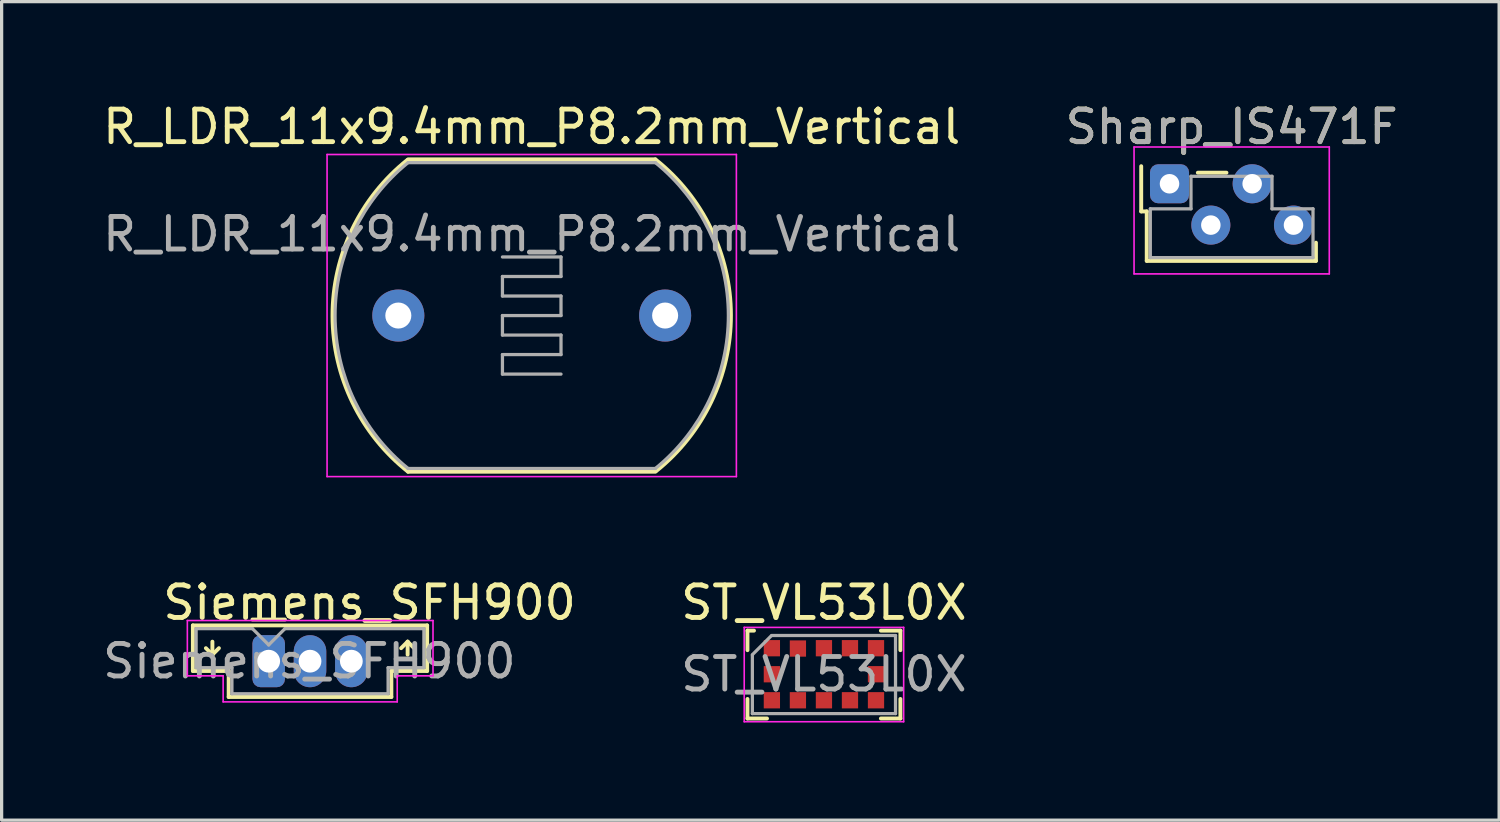
<source format=kicad_pcb>
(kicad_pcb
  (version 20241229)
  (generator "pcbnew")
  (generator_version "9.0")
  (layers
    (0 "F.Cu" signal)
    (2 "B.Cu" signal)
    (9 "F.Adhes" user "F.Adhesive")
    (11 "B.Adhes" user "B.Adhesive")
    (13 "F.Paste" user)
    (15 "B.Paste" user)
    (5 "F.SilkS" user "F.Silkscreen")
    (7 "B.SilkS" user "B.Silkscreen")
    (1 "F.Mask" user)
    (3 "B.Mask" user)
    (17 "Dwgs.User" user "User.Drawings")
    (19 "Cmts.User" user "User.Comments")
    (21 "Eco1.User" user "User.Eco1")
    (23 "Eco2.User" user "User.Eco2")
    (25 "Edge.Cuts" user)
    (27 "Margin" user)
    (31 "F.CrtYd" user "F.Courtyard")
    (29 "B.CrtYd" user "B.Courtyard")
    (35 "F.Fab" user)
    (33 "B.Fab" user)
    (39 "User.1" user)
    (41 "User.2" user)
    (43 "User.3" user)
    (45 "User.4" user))
  (footprint "Siemens_SFH900"
    (layer "F.Cu")
    (at 5.208 17.271)
    (property "Reference" "Siemens_SFH900" (at 3.1 -1.8 0) (layer "F.SilkS") (effects (font (size 1 1) (thickness 0.15))))
    (attr through_hole)
    (fp_line (start -2.33 -1.1) (end 4.87 -1.1) (stroke (width 0.12) (type solid)) (layer "F.SilkS"))
    (fp_line (start -2.33 0.3) (end -2.33 -1.1) (stroke (width 0.12) (type solid)) (layer "F.SilkS"))
    (fp_line (start -1.73 -0.6) (end -1.73 -0.2) (stroke (width 0.12) (type solid)) (layer "F.SilkS"))
    (fp_line (start -1.73 -0.2) (end -1.93 -0.4) (stroke (width 0.12) (type solid)) (layer "F.SilkS"))
    (fp_line (start -1.73 -0.2) (end -1.53 -0.4) (stroke (width 0.12) (type solid)) (layer "F.SilkS"))
    (fp_line (start -1.23 0.3) (end -2.33 0.3) (stroke (width 0.12) (type solid)) (layer "F.SilkS"))
    (fp_line (start -1.23 1.1) (end -1.23 0.3) (stroke (width 0.12) (type solid)) (layer "F.SilkS"))
    (fp_line (start -0.5 -1.28) (end 0.5 -1.28) (stroke (width 0.12) (type solid)) (layer "F.SilkS"))
    (fp_line (start 3.77 0.3) (end 3.77 1.1) (stroke (width 0.12) (type solid)) (layer "F.SilkS"))
    (fp_line (start 3.77 1.1) (end -1.23 1.1) (stroke (width 0.12) (type solid)) (layer "F.SilkS"))
    (fp_line (start 4.27 -0.6) (end 4.07 -0.4) (stroke (width 0.12) (type solid)) (layer "F.SilkS"))
    (fp_line (start 4.27 -0.6) (end 4.47 -0.4) (stroke (width 0.12) (type solid)) (layer "F.SilkS"))
    (fp_line (start 4.27 -0.2) (end 4.27 -0.6) (stroke (width 0.12) (type solid)) (layer "F.SilkS"))
    (fp_line (start 4.87 -1.1) (end 4.87 0.3) (stroke (width 0.12) (type solid)) (layer "F.SilkS"))
    (fp_line (start 4.87 0.3) (end 3.77 0.3) (stroke (width 0.12) (type solid)) (layer "F.SilkS"))
    (fp_line (start -2.5 -1.25) (end 5.05 -1.25) (stroke (width 0.05) (type solid)) (layer "F.CrtYd"))
    (fp_line (start -2.5 0.45) (end -2.5 -1.25) (stroke (width 0.05) (type solid)) (layer "F.CrtYd"))
    (fp_line (start -1.4 0.45) (end -2.5 0.45) (stroke (width 0.05) (type solid)) (layer "F.CrtYd"))
    (fp_line (start -1.4 1.25) (end -1.4 0.45) (stroke (width 0.05) (type solid)) (layer "F.CrtYd"))
    (fp_line (start 3.95 0.45) (end 3.95 1.25) (stroke (width 0.05) (type solid)) (layer "F.CrtYd"))
    (fp_line (start 3.95 1.25) (end -1.4 1.25) (stroke (width 0.05) (type solid)) (layer "F.CrtYd"))
    (fp_line (start 5.05 -1.25) (end 5.05 0.45) (stroke (width 0.05) (type solid)) (layer "F.CrtYd"))
    (fp_line (start 5.05 0.45) (end 3.95 0.45) (stroke (width 0.05) (type solid)) (layer "F.CrtYd"))
    (fp_line (start -2.23 -1) (end -2.23 0.2) (stroke (width 0.1) (type solid)) (layer "F.Fab"))
    (fp_line (start -2.23 -1) (end -0.5 -1) (stroke (width 0.1) (type solid)) (layer "F.Fab"))
    (fp_line (start -2.23 0.2) (end -1.13 0.2) (stroke (width 0.1) (type solid)) (layer "F.Fab"))
    (fp_line (start -1.13 0.2) (end -1.13 1) (stroke (width 0.1) (type solid)) (layer "F.Fab"))
    (fp_line (start -1.13 1) (end 3.67 1) (stroke (width 0.1) (type solid)) (layer "F.Fab"))
    (fp_line (start 0 -0.5) (end -0.5 -1) (stroke (width 0.1) (type solid)) (layer "F.Fab"))
    (fp_line (start 0 -0.5) (end 0.5 -1) (stroke (width 0.1) (type solid)) (layer "F.Fab"))
    (fp_line (start 0.5 -1) (end 4.77 -1) (stroke (width 0.1) (type solid)) (layer "F.Fab"))
    (fp_line (start 3.67 1) (end 3.67 0.2) (stroke (width 0.1) (type solid)) (layer "F.Fab"))
    (fp_line (start 4.77 -1) (end 4.77 0.2) (stroke (width 0.1) (type solid)) (layer "F.Fab"))
    (fp_line (start 4.77 0.2) (end 3.67 0.2) (stroke (width 0.1) (type solid)) (layer "F.Fab"))
    (fp_text user "${REFERENCE}" (at 1.25 0 0) (layer "F.Fab") (effects (font (size 1 1) (thickness 0.15))))
    (pad "1" thru_hole roundrect (at 0 0) (size 1 1.6) (drill 0.7) (layers "*.Cu" "*.Mask") (roundrect_rratio 0.25))
    (pad "2" thru_hole oval (at 1.27 0) (size 1 1.6) (drill 0.7) (layers "*.Cu" "*.Mask"))
    (pad "3" thru_hole oval (at 2.54 0) (size 1 1.6) (drill 0.7) (layers "*.Cu" "*.Mask")))
  (footprint "ST_VL53L0X"
    (layer "F.Cu")
    (at 22.273 17.672)
    (property "Reference" "ST_VL53L0X" (at 0 -2.2 180) (layer "F.SilkS") (effects (font (size 1 1) (thickness 0.15))))
    (attr smd)
    (fp_line (start -2.35 -1.34) (end -2.35 -0.74) (stroke (width 0.12) (type solid)) (layer "F.SilkS"))
    (fp_line (start -2.35 -1.34) (end -2.15 -1.34) (stroke (width 0.12) (type solid)) (layer "F.SilkS"))
    (fp_line (start -2.35 1.36) (end -2.35 0.76) (stroke (width 0.12) (type solid)) (layer "F.SilkS"))
    (fp_line (start -1.75 1.36) (end -2.35 1.36) (stroke (width 0.12) (type solid)) (layer "F.SilkS"))
    (fp_line (start 1.75 -1.34) (end 2.35 -1.34) (stroke (width 0.12) (type solid)) (layer "F.SilkS"))
    (fp_line (start 2.35 -1.34) (end 2.35 -0.74) (stroke (width 0.12) (type solid)) (layer "F.SilkS"))
    (fp_line (start 2.35 0.76) (end 2.35 1.36) (stroke (width 0.12) (type solid)) (layer "F.SilkS"))
    (fp_line (start 2.35 1.36) (end 1.75 1.36) (stroke (width 0.12) (type solid)) (layer "F.SilkS"))
    (fp_line (start -2.45 -1.44) (end -2.45 1.46) (stroke (width 0.05) (type solid)) (layer "F.CrtYd"))
    (fp_line (start -2.45 1.46) (end 2.45 1.46) (stroke (width 0.05) (type solid)) (layer "F.CrtYd"))
    (fp_line (start 2.45 -1.44) (end -2.45 -1.44) (stroke (width 0.05) (type solid)) (layer "F.CrtYd"))
    (fp_line (start 2.45 1.46) (end 2.45 -1.44) (stroke (width 0.05) (type solid)) (layer "F.CrtYd"))
    (fp_line (start -2.2 1.21) (end -2.2 -0.59) (stroke (width 0.1) (type solid)) (layer "F.Fab"))
    (fp_line (start -1.61 -1.19) (end -2.2 -0.6) (stroke (width 0.1) (type solid)) (layer "F.Fab"))
    (fp_line (start -1.6 -1.19) (end 2.2 -1.19) (stroke (width 0.1) (type solid)) (layer "F.Fab"))
    (fp_line (start 2.2 -1.19) (end 2.2 1.21) (stroke (width 0.1) (type solid)) (layer "F.Fab"))
    (fp_line (start 2.2 1.21) (end -2.2 1.21) (stroke (width 0.1) (type solid)) (layer "F.Fab"))
    (fp_text user "${REFERENCE}" (at 0 0 180) (layer "F.Fab") (effects (font (size 1 1) (thickness 0.15))))
    (pad "1" smd rect (at -1.6 -0.8 90) (size 0.5 0.5) (layers "F.Cu" "F.Mask" "F.Paste"))
    (pad "2" smd rect (at -0.8 -0.79 90) (size 0.5 0.5) (layers "F.Cu" "F.Mask" "F.Paste"))
    (pad "3" smd rect (at 0 -0.8 90) (size 0.5 0.5) (layers "F.Cu" "F.Mask" "F.Paste"))
    (pad "4" smd rect (at 0.8 -0.8 90) (size 0.5 0.5) (layers "F.Cu" "F.Mask" "F.Paste"))
    (pad "5" smd rect (at 1.6 -0.8 90) (size 0.5 0.5) (layers "F.Cu" "F.Mask" "F.Paste"))
    (pad "6" smd rect (at 1.6 0 90) (size 0.5 0.5) (layers "F.Cu" "F.Mask" "F.Paste"))
    (pad "7" smd rect (at 1.6 0.8 90) (size 0.5 0.5) (layers "F.Cu" "F.Mask" "F.Paste"))
    (pad "8" smd rect (at 0.8 0.8 90) (size 0.5 0.5) (layers "F.Cu" "F.Mask" "F.Paste"))
    (pad "9" smd rect (at 0 0.8 90) (size 0.5 0.5) (layers "F.Cu" "F.Mask" "F.Paste"))
    (pad "10" smd rect (at -0.8 0.8 90) (size 0.5 0.5) (layers "F.Cu" "F.Mask" "F.Paste"))
    (pad "11" smd rect (at -1.6 0.8 90) (size 0.5 0.5) (layers "F.Cu" "F.Mask" "F.Paste"))
    (pad "12" smd rect (at -1.6 0 90) (size 0.5 0.5) (layers "F.Cu" "F.Mask" "F.Paste")))
  (footprint "Sharp_IS471F"
    (layer "F.Cu")
    (at 32.894 2.598)
    (property "Reference" "Sharp_IS471F" (at 1.91 -1.75 0) (layer "F.SilkS") (effects (font (size 1 1) (thickness 0.15))))
    (attr through_hole)
    (fp_line (start -0.87 0.85) (end -0.87 -0.54) (stroke (width 0.12) (type solid)) (layer "F.SilkS"))
    (fp_line (start -0.87 0.85) (end -0.7 0.85) (stroke (width 0.12) (type solid)) (layer "F.SilkS"))
    (fp_line (start -0.7 2.37) (end -0.7 0.85) (stroke (width 0.12) (type solid)) (layer "F.SilkS"))
    (fp_line (start -0.7 2.37) (end 4.5 2.37) (stroke (width 0.12) (type solid)) (layer "F.SilkS"))
    (fp_line (start 1.75 -0.34) (end 0.87 -0.34) (stroke (width 0.12) (type solid)) (layer "F.SilkS"))
    (fp_line (start 4.5 2.37) (end 4.5 1.81) (stroke (width 0.12) (type solid)) (layer "F.SilkS"))
    (fp_line (start -1.09 -1.13) (end -1.09 2.77) (stroke (width 0.05) (type solid)) (layer "F.CrtYd"))
    (fp_line (start -1.09 2.77) (end 4.91 2.77) (stroke (width 0.05) (type solid)) (layer "F.CrtYd"))
    (fp_line (start 4.91 -1.13) (end -1.09 -1.13) (stroke (width 0.05) (type solid)) (layer "F.CrtYd"))
    (fp_line (start 4.91 2.77) (end 4.91 -1.13) (stroke (width 0.05) (type solid)) (layer "F.CrtYd"))
    (fp_line (start -0.59 0.77) (end -0.59 2.27) (stroke (width 0.1) (type solid)) (layer "F.Fab"))
    (fp_line (start -0.59 2.27) (end 4.41 2.27) (stroke (width 0.1) (type solid)) (layer "F.Fab"))
    (fp_line (start 0.66 -0.23) (end 0.66 0.77) (stroke (width 0.1) (type solid)) (layer "F.Fab"))
    (fp_line (start 0.66 0.77) (end -0.59 0.77) (stroke (width 0.1) (type solid)) (layer "F.Fab"))
    (fp_line (start 3.15 -0.23) (end 0.66 -0.23) (stroke (width 0.1) (type solid)) (layer "F.Fab"))
    (fp_line (start 3.15 0.77) (end 3.15 -0.23) (stroke (width 0.1) (type solid)) (layer "F.Fab"))
    (fp_line (start 4.41 0.77) (end 3.15 0.77) (stroke (width 0.1) (type solid)) (layer "F.Fab"))
    (fp_line (start 4.41 2.27) (end 4.41 0.77) (stroke (width 0.1) (type solid)) (layer "F.Fab"))
    (fp_text user "${REFERENCE}" (at 1.91 -1.75 0) (layer "F.Fab") (effects (font (size 1 1) (thickness 0.15))))
    (pad "1" thru_hole roundrect (at 0 0) (size 1.2 1.2) (drill 0.6) (layers "*.Cu" "*.Mask") (roundrect_rratio 0.208))
    (pad "2" thru_hole circle (at 1.27 1.27) (size 1.2 1.2) (drill 0.6) (layers "*.Cu" "*.Mask"))
    (pad "3" thru_hole circle (at 2.54 0) (size 1.2 1.2) (drill 0.6) (layers "*.Cu" "*.Mask"))
    (pad "4" thru_hole circle (at 3.81 1.27) (size 1.2 1.2) (drill 0.6) (layers "*.Cu" "*.Mask")))
  (footprint "R_LDR_11x9.4mm_P8.2mm_Vertical"
    (layer "F.Cu")
    (at 9.192 6.648)
    (property "Reference" "R_LDR_11x9.4mm_P8.2mm_Vertical" (at 4.1 -5.8 0) (layer "F.SilkS") (effects (font (size 1 1) (thickness 0.15))))
    (attr through_hole)
    (fp_line (start 0.3 -4.8) (end 7.9 -4.8) (stroke (width 0.12) (type solid)) (layer "F.SilkS"))
    (fp_line (start 7.9 4.8) (end 0.3 4.8) (stroke (width 0.12) (type solid)) (layer "F.SilkS"))
    (fp_arc (start 0.3 4.8) (mid -2.022075 0.014159) (end 0.277838 -4.782371) (stroke (width 0.12) (type solid)) (layer "F.SilkS"))
    (fp_arc (start 7.9 -4.8) (mid 10.222075 -0.014159) (end 7.922162 4.782371) (stroke (width 0.12) (type solid)) (layer "F.SilkS"))
    (fp_line (start -2.19 -4.95) (end -2.19 4.95) (stroke (width 0.05) (type solid)) (layer "F.CrtYd"))
    (fp_line (start -2.19 -4.95) (end 10.39 -4.95) (stroke (width 0.05) (type solid)) (layer "F.CrtYd"))
    (fp_line (start 10.39 4.95) (end -2.19 4.95) (stroke (width 0.05) (type solid)) (layer "F.CrtYd"))
    (fp_line (start 10.39 4.95) (end 10.39 -4.95) (stroke (width 0.05) (type solid)) (layer "F.CrtYd"))
    (fp_line (start 0.3 -4.7) (end 7.9 -4.7) (stroke (width 0.1) (type solid)) (layer "F.Fab"))
    (fp_line (start 3.2 -1.8) (end 5 -1.8) (stroke (width 0.1) (type solid)) (layer "F.Fab"))
    (fp_line (start 3.2 -1.2) (end 3.2 -0.6) (stroke (width 0.1) (type solid)) (layer "F.Fab"))
    (fp_line (start 3.2 -0.6) (end 5 -0.6) (stroke (width 0.1) (type solid)) (layer "F.Fab"))
    (fp_line (start 3.2 0) (end 3.2 0.6) (stroke (width 0.1) (type solid)) (layer "F.Fab"))
    (fp_line (start 3.2 0.6) (end 5 0.6) (stroke (width 0.1) (type solid)) (layer "F.Fab"))
    (fp_line (start 3.2 1.2) (end 3.2 1.8) (stroke (width 0.1) (type solid)) (layer "F.Fab"))
    (fp_line (start 3.2 1.8) (end 5 1.8) (stroke (width 0.1) (type solid)) (layer "F.Fab"))
    (fp_line (start 5 -1.8) (end 5 -1.2) (stroke (width 0.1) (type solid)) (layer "F.Fab"))
    (fp_line (start 5 -1.2) (end 3.2 -1.2) (stroke (width 0.1) (type solid)) (layer "F.Fab"))
    (fp_line (start 5 -0.6) (end 5 0) (stroke (width 0.1) (type solid)) (layer "F.Fab"))
    (fp_line (start 5 0) (end 3.2 0) (stroke (width 0.1) (type solid)) (layer "F.Fab"))
    (fp_line (start 5 0.6) (end 5 1.2) (stroke (width 0.1) (type solid)) (layer "F.Fab"))
    (fp_line (start 5 1.2) (end 3.2 1.2) (stroke (width 0.1) (type solid)) (layer "F.Fab"))
    (fp_line (start 7.9 4.7) (end 0.3 4.7) (stroke (width 0.1) (type solid)) (layer "F.Fab"))
    (fp_arc (start 0.3 4.7) (mid -1.944004 0.004651) (end 0.292771 -4.694146) (stroke (width 0.1) (type solid)) (layer "F.Fab"))
    (fp_arc (start 7.9 -4.7) (mid 10.144004 -0.004651) (end 7.907229 4.694146) (stroke (width 0.1) (type solid)) (layer "F.Fab"))
    (fp_text user "${REFERENCE}" (at 4.1 -2.5 0) (layer "F.Fab") (effects (font (size 1 1) (thickness 0.15))))
    (pad "1" thru_hole circle (at 0 0) (size 1.6 1.6) (drill 0.8) (layers "*.Cu" "*.Mask"))
    (pad "2" thru_hole circle (at 8.2 0) (size 1.6 1.6) (drill 0.8) (layers "*.Cu" "*.Mask")))
  (gr_rect
    (start -3 -3)
    (end 43.024 22.157)
    (stroke (width 0.1) (type default))
    (fill no)
    (layer "Edge.Cuts")))
</source>
